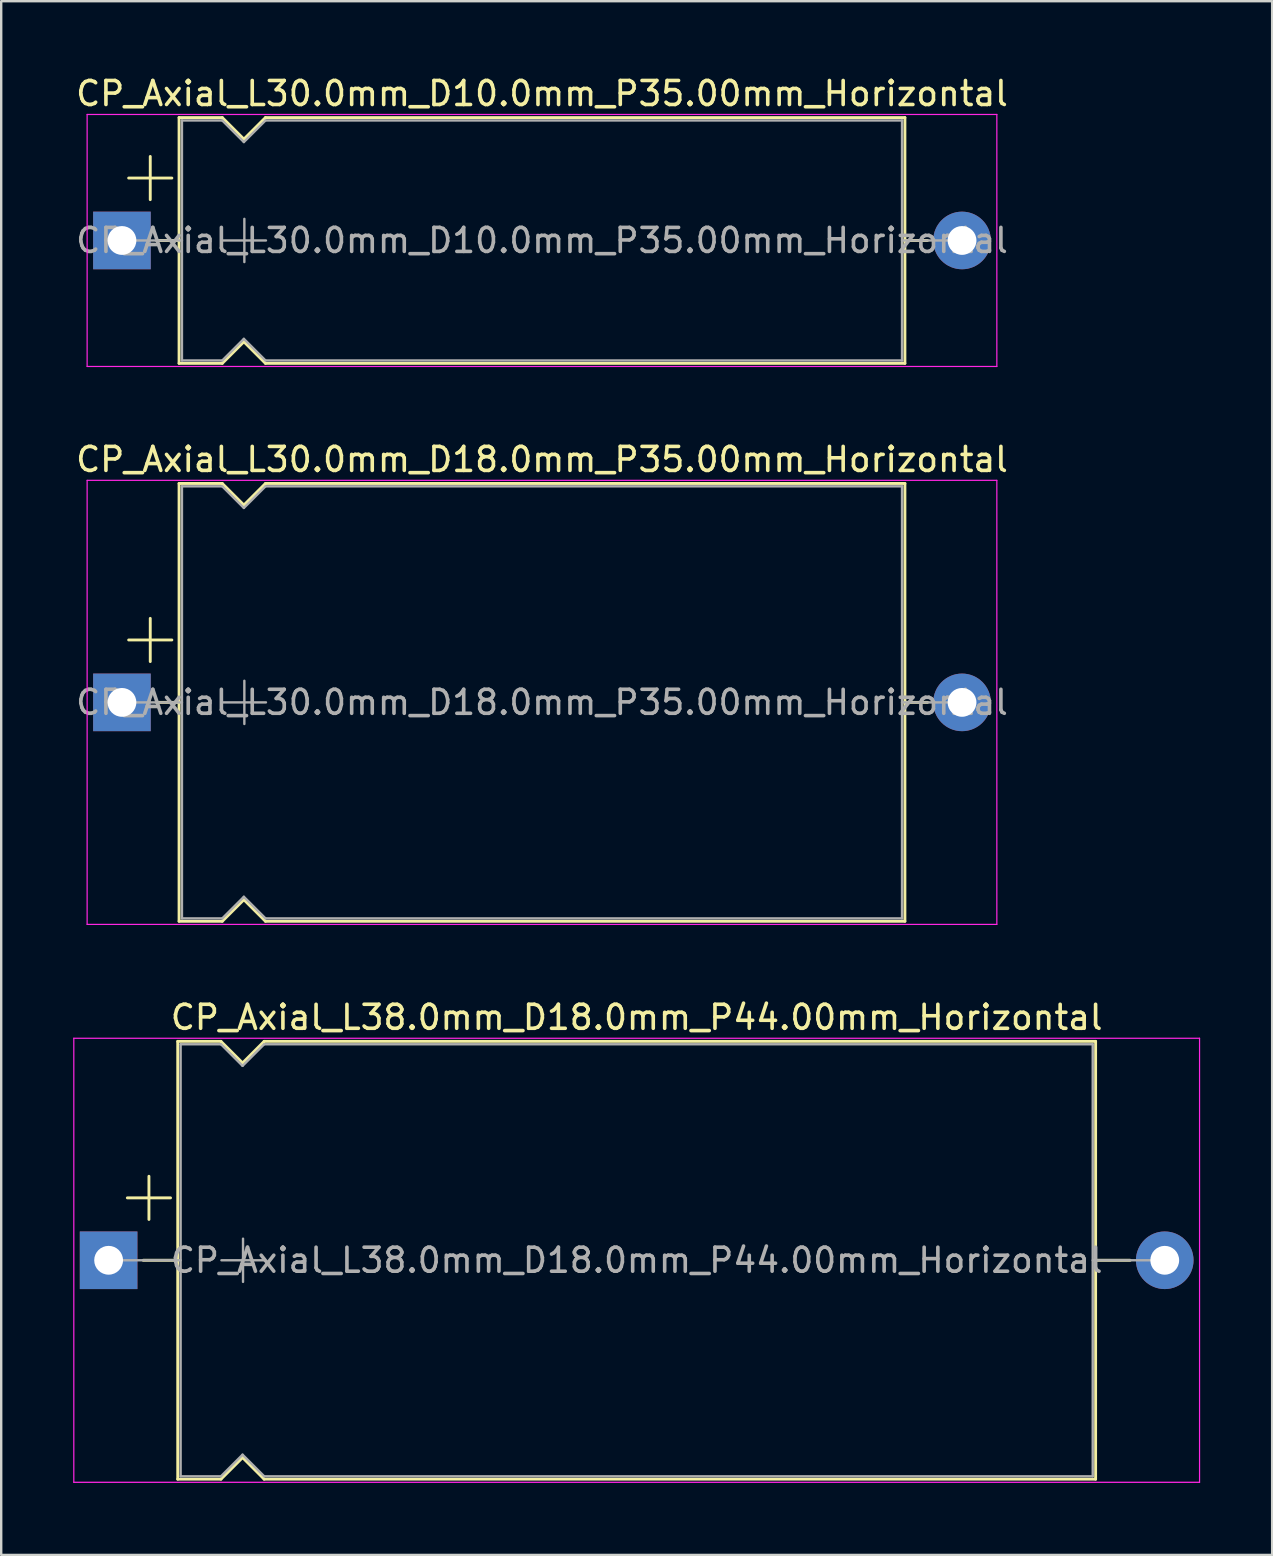
<source format=kicad_pcb>
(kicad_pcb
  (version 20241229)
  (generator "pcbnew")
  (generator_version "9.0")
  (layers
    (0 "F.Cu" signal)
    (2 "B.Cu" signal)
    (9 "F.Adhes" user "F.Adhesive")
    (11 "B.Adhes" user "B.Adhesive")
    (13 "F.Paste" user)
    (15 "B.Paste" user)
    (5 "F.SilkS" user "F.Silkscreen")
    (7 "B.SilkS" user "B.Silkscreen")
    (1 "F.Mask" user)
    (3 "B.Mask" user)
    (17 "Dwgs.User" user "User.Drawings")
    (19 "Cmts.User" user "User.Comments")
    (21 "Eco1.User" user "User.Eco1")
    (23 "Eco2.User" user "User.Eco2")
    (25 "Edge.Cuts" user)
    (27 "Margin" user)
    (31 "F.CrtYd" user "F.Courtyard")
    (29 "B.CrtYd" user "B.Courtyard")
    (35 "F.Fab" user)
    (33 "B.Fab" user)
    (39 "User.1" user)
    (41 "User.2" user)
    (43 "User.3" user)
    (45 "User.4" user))
  (footprint "CP_Axial_L30.0mm_D18.0mm_P35.00mm_Horizontal"
    (layer "F.Cu")
    (at 2.03 26.212)
    (property "Reference" "CP_Axial_L30.0mm_D18.0mm_P35.00mm_Horizontal" (at 17.5 -10.12 0) (layer "F.SilkS") (effects (font (size 1 1) (thickness 0.15))))
    (attr through_hole)
    (fp_line (start 0.28 -2.6) (end 2.08 -2.6) (stroke (width 0.12) (type solid)) (layer "F.SilkS"))
    (fp_line (start 1.18 -3.5) (end 1.18 -1.7) (stroke (width 0.12) (type solid)) (layer "F.SilkS"))
    (fp_line (start 1.44 0) (end 2.38 0) (stroke (width 0.12) (type solid)) (layer "F.SilkS"))
    (fp_line (start 2.38 -9.12) (end 2.38 9.12) (stroke (width 0.12) (type solid)) (layer "F.SilkS"))
    (fp_line (start 2.38 -9.12) (end 4.18 -9.12) (stroke (width 0.12) (type solid)) (layer "F.SilkS"))
    (fp_line (start 2.38 9.12) (end 4.18 9.12) (stroke (width 0.12) (type solid)) (layer "F.SilkS"))
    (fp_line (start 4.18 -9.12) (end 5.08 -8.22) (stroke (width 0.12) (type solid)) (layer "F.SilkS"))
    (fp_line (start 4.18 9.12) (end 5.08 8.22) (stroke (width 0.12) (type solid)) (layer "F.SilkS"))
    (fp_line (start 5.08 -8.22) (end 5.98 -9.12) (stroke (width 0.12) (type solid)) (layer "F.SilkS"))
    (fp_line (start 5.08 8.22) (end 5.98 9.12) (stroke (width 0.12) (type solid)) (layer "F.SilkS"))
    (fp_line (start 5.98 -9.12) (end 32.62 -9.12) (stroke (width 0.12) (type solid)) (layer "F.SilkS"))
    (fp_line (start 5.98 9.12) (end 32.62 9.12) (stroke (width 0.12) (type solid)) (layer "F.SilkS"))
    (fp_line (start 32.62 -9.12) (end 32.62 9.12) (stroke (width 0.12) (type solid)) (layer "F.SilkS"))
    (fp_line (start 33.56 0) (end 32.62 0) (stroke (width 0.12) (type solid)) (layer "F.SilkS"))
    (fp_line (start -1.45 -9.25) (end -1.45 9.25) (stroke (width 0.05) (type solid)) (layer "F.CrtYd"))
    (fp_line (start -1.45 9.25) (end 36.45 9.25) (stroke (width 0.05) (type solid)) (layer "F.CrtYd"))
    (fp_line (start 36.45 -9.25) (end -1.45 -9.25) (stroke (width 0.05) (type solid)) (layer "F.CrtYd"))
    (fp_line (start 36.45 9.25) (end 36.45 -9.25) (stroke (width 0.05) (type solid)) (layer "F.CrtYd"))
    (fp_line (start 0 0) (end 2.5 0) (stroke (width 0.1) (type solid)) (layer "F.Fab"))
    (fp_line (start 2.5 -9) (end 2.5 9) (stroke (width 0.1) (type solid)) (layer "F.Fab"))
    (fp_line (start 2.5 -9) (end 4.18 -9) (stroke (width 0.1) (type solid)) (layer "F.Fab"))
    (fp_line (start 2.5 9) (end 4.18 9) (stroke (width 0.1) (type solid)) (layer "F.Fab"))
    (fp_line (start 4.18 -9) (end 5.08 -8.1) (stroke (width 0.1) (type solid)) (layer "F.Fab"))
    (fp_line (start 4.18 9) (end 5.08 8.1) (stroke (width 0.1) (type solid)) (layer "F.Fab"))
    (fp_line (start 4.2 0) (end 6 0) (stroke (width 0.1) (type solid)) (layer "F.Fab"))
    (fp_line (start 5.08 -8.1) (end 5.98 -9) (stroke (width 0.1) (type solid)) (layer "F.Fab"))
    (fp_line (start 5.08 8.1) (end 5.98 9) (stroke (width 0.1) (type solid)) (layer "F.Fab"))
    (fp_line (start 5.1 -0.9) (end 5.1 0.9) (stroke (width 0.1) (type solid)) (layer "F.Fab"))
    (fp_line (start 5.98 -9) (end 32.5 -9) (stroke (width 0.1) (type solid)) (layer "F.Fab"))
    (fp_line (start 5.98 9) (end 32.5 9) (stroke (width 0.1) (type solid)) (layer "F.Fab"))
    (fp_line (start 32.5 -9) (end 32.5 9) (stroke (width 0.1) (type solid)) (layer "F.Fab"))
    (fp_line (start 35 0) (end 32.5 0) (stroke (width 0.1) (type solid)) (layer "F.Fab"))
    (fp_text user "${REFERENCE}" (at 17.5 0 0) (layer "F.Fab") (effects (font (size 1 1) (thickness 0.15))))
    (pad "1" thru_hole rect (at 0 0) (size 2.4 2.4) (drill 1.2) (layers "*.Cu" "*.Mask"))
    (pad "2" thru_hole oval (at 35 0) (size 2.4 2.4) (drill 1.2) (layers "*.Cu" "*.Mask")))
  (footprint "CP_Axial_L38.0mm_D18.0mm_P44.00mm_Horizontal"
    (layer "F.Cu")
    (at 1.475 49.455)
    (property "Reference" "CP_Axial_L38.0mm_D18.0mm_P44.00mm_Horizontal" (at 22 -10.12 0) (layer "F.SilkS") (effects (font (size 1 1) (thickness 0.15))))
    (attr through_hole)
    (fp_line (start 0.78 -2.6) (end 2.58 -2.6) (stroke (width 0.12) (type solid)) (layer "F.SilkS"))
    (fp_line (start 1.44 0) (end 2.88 0) (stroke (width 0.12) (type solid)) (layer "F.SilkS"))
    (fp_line (start 1.68 -3.5) (end 1.68 -1.7) (stroke (width 0.12) (type solid)) (layer "F.SilkS"))
    (fp_line (start 2.88 -9.12) (end 2.88 9.12) (stroke (width 0.12) (type solid)) (layer "F.SilkS"))
    (fp_line (start 2.88 -9.12) (end 4.68 -9.12) (stroke (width 0.12) (type solid)) (layer "F.SilkS"))
    (fp_line (start 2.88 9.12) (end 4.68 9.12) (stroke (width 0.12) (type solid)) (layer "F.SilkS"))
    (fp_line (start 4.68 -9.12) (end 5.58 -8.22) (stroke (width 0.12) (type solid)) (layer "F.SilkS"))
    (fp_line (start 4.68 9.12) (end 5.58 8.22) (stroke (width 0.12) (type solid)) (layer "F.SilkS"))
    (fp_line (start 5.58 -8.22) (end 6.48 -9.12) (stroke (width 0.12) (type solid)) (layer "F.SilkS"))
    (fp_line (start 5.58 8.22) (end 6.48 9.12) (stroke (width 0.12) (type solid)) (layer "F.SilkS"))
    (fp_line (start 6.48 -9.12) (end 41.12 -9.12) (stroke (width 0.12) (type solid)) (layer "F.SilkS"))
    (fp_line (start 6.48 9.12) (end 41.12 9.12) (stroke (width 0.12) (type solid)) (layer "F.SilkS"))
    (fp_line (start 41.12 -9.12) (end 41.12 9.12) (stroke (width 0.12) (type solid)) (layer "F.SilkS"))
    (fp_line (start 42.56 0) (end 41.12 0) (stroke (width 0.12) (type solid)) (layer "F.SilkS"))
    (fp_line (start -1.45 -9.25) (end -1.45 9.25) (stroke (width 0.05) (type solid)) (layer "F.CrtYd"))
    (fp_line (start -1.45 9.25) (end 45.45 9.25) (stroke (width 0.05) (type solid)) (layer "F.CrtYd"))
    (fp_line (start 45.45 -9.25) (end -1.45 -9.25) (stroke (width 0.05) (type solid)) (layer "F.CrtYd"))
    (fp_line (start 45.45 9.25) (end 45.45 -9.25) (stroke (width 0.05) (type solid)) (layer "F.CrtYd"))
    (fp_line (start 0 0) (end 3 0) (stroke (width 0.1) (type solid)) (layer "F.Fab"))
    (fp_line (start 3 -9) (end 3 9) (stroke (width 0.1) (type solid)) (layer "F.Fab"))
    (fp_line (start 3 -9) (end 4.68 -9) (stroke (width 0.1) (type solid)) (layer "F.Fab"))
    (fp_line (start 3 9) (end 4.68 9) (stroke (width 0.1) (type solid)) (layer "F.Fab"))
    (fp_line (start 4.68 -9) (end 5.58 -8.1) (stroke (width 0.1) (type solid)) (layer "F.Fab"))
    (fp_line (start 4.68 9) (end 5.58 8.1) (stroke (width 0.1) (type solid)) (layer "F.Fab"))
    (fp_line (start 4.7 0) (end 6.5 0) (stroke (width 0.1) (type solid)) (layer "F.Fab"))
    (fp_line (start 5.58 -8.1) (end 6.48 -9) (stroke (width 0.1) (type solid)) (layer "F.Fab"))
    (fp_line (start 5.58 8.1) (end 6.48 9) (stroke (width 0.1) (type solid)) (layer "F.Fab"))
    (fp_line (start 5.6 -0.9) (end 5.6 0.9) (stroke (width 0.1) (type solid)) (layer "F.Fab"))
    (fp_line (start 6.48 -9) (end 41 -9) (stroke (width 0.1) (type solid)) (layer "F.Fab"))
    (fp_line (start 6.48 9) (end 41 9) (stroke (width 0.1) (type solid)) (layer "F.Fab"))
    (fp_line (start 41 -9) (end 41 9) (stroke (width 0.1) (type solid)) (layer "F.Fab"))
    (fp_line (start 44 0) (end 41 0) (stroke (width 0.1) (type solid)) (layer "F.Fab"))
    (fp_text user "${REFERENCE}" (at 22 0 0) (layer "F.Fab") (effects (font (size 1 1) (thickness 0.15))))
    (pad "1" thru_hole rect (at 0 0) (size 2.4 2.4) (drill 1.2) (layers "*.Cu" "*.Mask"))
    (pad "2" thru_hole oval (at 44 0) (size 2.4 2.4) (drill 1.2) (layers "*.Cu" "*.Mask")))
  (footprint "CP_Axial_L30.0mm_D10.0mm_P35.00mm_Horizontal"
    (layer "F.Cu")
    (at 2.03 6.968)
    (property "Reference" "CP_Axial_L30.0mm_D10.0mm_P35.00mm_Horizontal" (at 17.5 -6.12 0) (layer "F.SilkS") (effects (font (size 1 1) (thickness 0.15))))
    (attr through_hole)
    (fp_line (start 0.28 -2.6) (end 2.08 -2.6) (stroke (width 0.12) (type solid)) (layer "F.SilkS"))
    (fp_line (start 1.18 -3.5) (end 1.18 -1.7) (stroke (width 0.12) (type solid)) (layer "F.SilkS"))
    (fp_line (start 1.44 0) (end 2.38 0) (stroke (width 0.12) (type solid)) (layer "F.SilkS"))
    (fp_line (start 2.38 -5.12) (end 2.38 5.12) (stroke (width 0.12) (type solid)) (layer "F.SilkS"))
    (fp_line (start 2.38 -5.12) (end 4.18 -5.12) (stroke (width 0.12) (type solid)) (layer "F.SilkS"))
    (fp_line (start 2.38 5.12) (end 4.18 5.12) (stroke (width 0.12) (type solid)) (layer "F.SilkS"))
    (fp_line (start 4.18 -5.12) (end 5.08 -4.22) (stroke (width 0.12) (type solid)) (layer "F.SilkS"))
    (fp_line (start 4.18 5.12) (end 5.08 4.22) (stroke (width 0.12) (type solid)) (layer "F.SilkS"))
    (fp_line (start 5.08 -4.22) (end 5.98 -5.12) (stroke (width 0.12) (type solid)) (layer "F.SilkS"))
    (fp_line (start 5.08 4.22) (end 5.98 5.12) (stroke (width 0.12) (type solid)) (layer "F.SilkS"))
    (fp_line (start 5.98 -5.12) (end 32.62 -5.12) (stroke (width 0.12) (type solid)) (layer "F.SilkS"))
    (fp_line (start 5.98 5.12) (end 32.62 5.12) (stroke (width 0.12) (type solid)) (layer "F.SilkS"))
    (fp_line (start 32.62 -5.12) (end 32.62 5.12) (stroke (width 0.12) (type solid)) (layer "F.SilkS"))
    (fp_line (start 33.56 0) (end 32.62 0) (stroke (width 0.12) (type solid)) (layer "F.SilkS"))
    (fp_line (start -1.45 -5.25) (end -1.45 5.25) (stroke (width 0.05) (type solid)) (layer "F.CrtYd"))
    (fp_line (start -1.45 5.25) (end 36.45 5.25) (stroke (width 0.05) (type solid)) (layer "F.CrtYd"))
    (fp_line (start 36.45 -5.25) (end -1.45 -5.25) (stroke (width 0.05) (type solid)) (layer "F.CrtYd"))
    (fp_line (start 36.45 5.25) (end 36.45 -5.25) (stroke (width 0.05) (type solid)) (layer "F.CrtYd"))
    (fp_line (start 0 0) (end 2.5 0) (stroke (width 0.1) (type solid)) (layer "F.Fab"))
    (fp_line (start 2.5 -5) (end 2.5 5) (stroke (width 0.1) (type solid)) (layer "F.Fab"))
    (fp_line (start 2.5 -5) (end 4.18 -5) (stroke (width 0.1) (type solid)) (layer "F.Fab"))
    (fp_line (start 2.5 5) (end 4.18 5) (stroke (width 0.1) (type solid)) (layer "F.Fab"))
    (fp_line (start 4.18 -5) (end 5.08 -4.1) (stroke (width 0.1) (type solid)) (layer "F.Fab"))
    (fp_line (start 4.18 5) (end 5.08 4.1) (stroke (width 0.1) (type solid)) (layer "F.Fab"))
    (fp_line (start 4.2 0) (end 6 0) (stroke (width 0.1) (type solid)) (layer "F.Fab"))
    (fp_line (start 5.08 -4.1) (end 5.98 -5) (stroke (width 0.1) (type solid)) (layer "F.Fab"))
    (fp_line (start 5.08 4.1) (end 5.98 5) (stroke (width 0.1) (type solid)) (layer "F.Fab"))
    (fp_line (start 5.1 -0.9) (end 5.1 0.9) (stroke (width 0.1) (type solid)) (layer "F.Fab"))
    (fp_line (start 5.98 -5) (end 32.5 -5) (stroke (width 0.1) (type solid)) (layer "F.Fab"))
    (fp_line (start 5.98 5) (end 32.5 5) (stroke (width 0.1) (type solid)) (layer "F.Fab"))
    (fp_line (start 32.5 -5) (end 32.5 5) (stroke (width 0.1) (type solid)) (layer "F.Fab"))
    (fp_line (start 35 0) (end 32.5 0) (stroke (width 0.1) (type solid)) (layer "F.Fab"))
    (fp_text user "${REFERENCE}" (at 17.5 0 0) (layer "F.Fab") (effects (font (size 1 1) (thickness 0.15))))
    (pad "1" thru_hole rect (at 0 0) (size 2.4 2.4) (drill 1.2) (layers "*.Cu" "*.Mask"))
    (pad "2" thru_hole oval (at 35 0) (size 2.4 2.4) (drill 1.2) (layers "*.Cu" "*.Mask")))
  (gr_rect
    (start -3 -3)
    (end 49.95 61.73)
    (stroke (width 0.1) (type default))
    (fill no)
    (layer "Edge.Cuts")))
</source>
